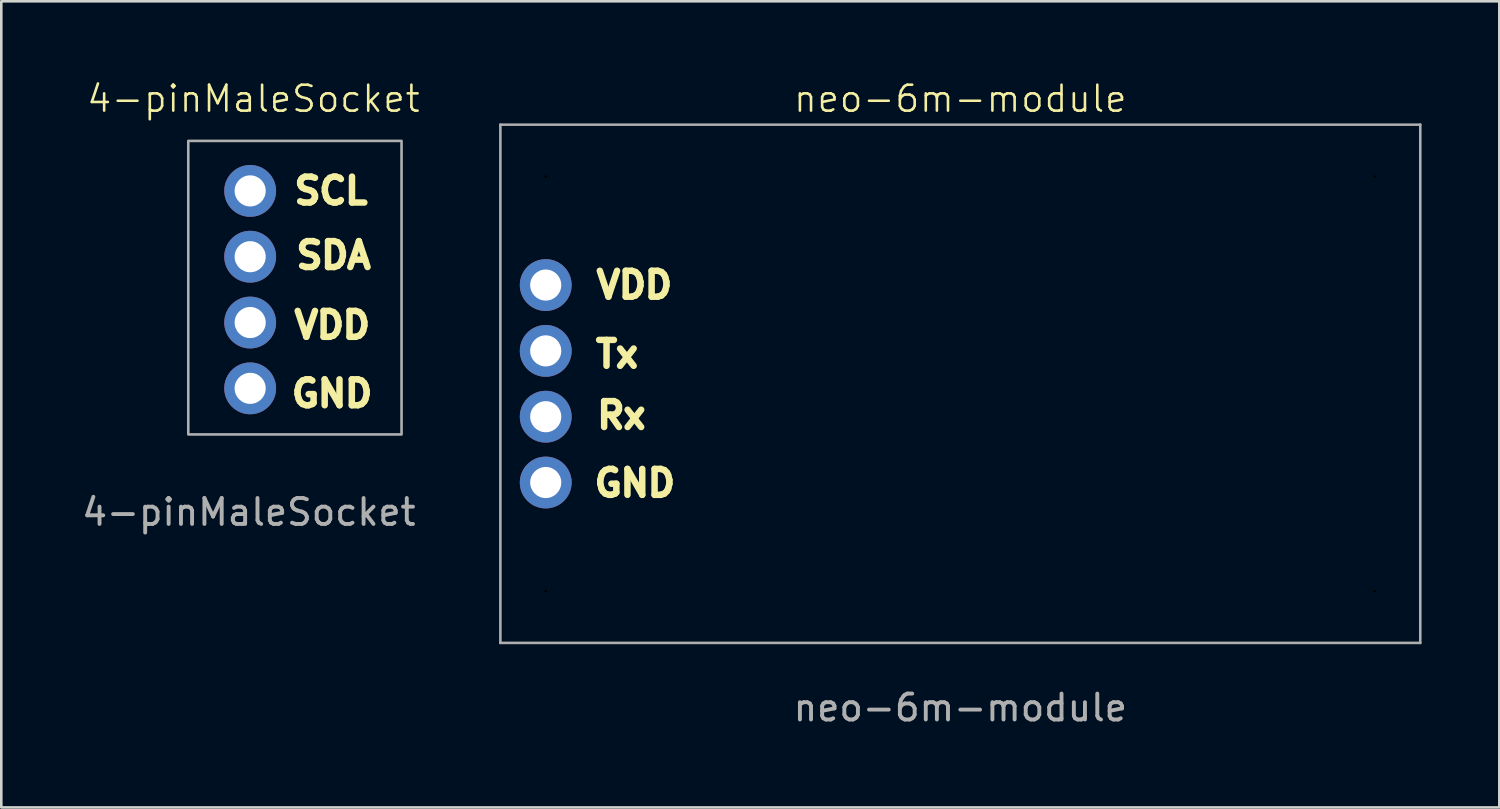
<source format=kicad_pcb>
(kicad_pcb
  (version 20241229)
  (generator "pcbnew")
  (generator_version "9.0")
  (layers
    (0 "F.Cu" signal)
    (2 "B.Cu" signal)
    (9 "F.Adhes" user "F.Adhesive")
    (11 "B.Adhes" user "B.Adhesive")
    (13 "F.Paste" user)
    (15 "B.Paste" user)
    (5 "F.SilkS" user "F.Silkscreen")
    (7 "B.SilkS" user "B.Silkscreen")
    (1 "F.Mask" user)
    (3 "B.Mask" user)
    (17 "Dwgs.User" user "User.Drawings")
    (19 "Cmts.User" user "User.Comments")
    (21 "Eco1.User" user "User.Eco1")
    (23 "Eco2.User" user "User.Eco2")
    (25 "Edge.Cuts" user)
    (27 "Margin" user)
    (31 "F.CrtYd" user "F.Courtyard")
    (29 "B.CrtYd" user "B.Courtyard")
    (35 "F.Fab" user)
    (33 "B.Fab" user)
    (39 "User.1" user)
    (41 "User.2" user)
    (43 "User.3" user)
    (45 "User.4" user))
  (footprint "4-pinMaleSocket"
    (layer "F.Cu")
    (at 6.604 8.127)
    (property "Reference" "4-pinMaleSocket" (at 0.127 -7.366 0) (unlocked yes) (layer "F.SilkS") (effects (font (size 1 1) (thickness 0.1))))
    (attr through_hole)
    (fp_rect (start -2.388 -5.74) (end 5.842 5.588) (stroke (width 0.1) (type default)) (fill no) (layer "F.Fab"))
    (fp_text user "VDD" (at 1.575 1.956 0) (unlocked yes) (layer "F.SilkS") (effects (font (size 1 1) (thickness 0.25) (bold yes)) (justify left bottom)))
    (fp_text user "GND" (at 1.473 4.597 0) (unlocked yes) (layer "F.SilkS") (effects (font (size 1 1) (thickness 0.25) (bold yes)) (justify left bottom)))
    (fp_text user "SDA" (at 1.651 -0.737 0) (unlocked yes) (layer "F.SilkS") (effects (font (size 1 1) (thickness 0.25) (bold yes)) (justify left bottom)))
    (fp_text user "SCL" (at 1.575 -3.226 0) (unlocked yes) (layer "F.SilkS") (effects (font (size 1 1) (thickness 0.25) (bold yes)) (justify left bottom)))
    (fp_text user "${REFERENCE}" (at -0.051 8.587 0) (unlocked yes) (layer "F.Fab") (effects (font (size 1 1) (thickness 0.15))))
    (pad "1" thru_hole circle (at 0 -3.81) (size 2 2) (drill 1.2) (layers "*.Cu" "*.Mask") (remove_unused_layers yes) (keep_end_layers yes) (zone_layer_connections))
    (pad "2" thru_hole circle (at 0 -1.27) (size 2 2) (drill 1.2) (layers "*.Cu" "*.Mask") (remove_unused_layers yes) (keep_end_layers yes) (zone_layer_connections))
    (pad "3" thru_hole circle (at 0 1.27) (size 2 2) (drill 1.2) (layers "*.Cu" "*.Mask") (remove_unused_layers yes) (keep_end_layers yes) (zone_layer_connections))
    (pad "4" thru_hole circle (at 0 3.81) (size 2 2) (drill 1.2) (layers "*.Cu" "*.Mask") (remove_unused_layers yes) (keep_end_layers yes) (zone_layer_connections)))
  (footprint "neo-6m-module"
    (layer "F.Cu")
    (at 34.01 11.761)
    (property "Reference" "neo-6m-module" (at 0 -11 0) (unlocked yes) (layer "F.SilkS") (effects (font (size 1 1) (thickness 0.1))))
    (attr through_hole)
    (fp_line (start -17.75 -10) (end -17.75 10) (stroke (width 0.1) (type default)) (layer "F.Fab"))
    (fp_line (start -17.75 10) (end 17.75 10) (stroke (width 0.1) (type default)) (layer "F.Fab"))
    (fp_line (start 17.75 -10) (end -17.75 -10) (stroke (width 0.1) (type default)) (layer "F.Fab"))
    (fp_line (start 17.75 10) (end 17.75 -10) (stroke (width 0.1) (type default)) (layer "F.Fab"))
    (fp_text user "VDD" (at -14.173 -3.226 0) (unlocked yes) (layer "F.SilkS") (effects (font (size 1 1) (thickness 0.25) (bold yes)) (justify left bottom)))
    (fp_text user "Rx" (at -14.148 1.803 0) (unlocked yes) (layer "F.SilkS") (effects (font (size 1 1) (thickness 0.25) (bold yes)) (justify left bottom)))
    (fp_text user "Tx" (at -14.199 -0.559 0) (unlocked yes) (layer "F.SilkS") (effects (font (size 1 1) (thickness 0.25) (bold yes)) (justify left bottom)))
    (fp_text user "GND" (at -14.249 4.42 0) (unlocked yes) (layer "F.SilkS") (effects (font (size 1 1) (thickness 0.25) (bold yes)) (justify left bottom)))
    (fp_text user "${REFERENCE}" (at 0 12.5 0) (unlocked yes) (layer "F.Fab") (effects (font (size 1 1) (thickness 0.15))))
    (pad "" np_thru_hole circle (at -16 -8) (size 0.1 0.1) (drill 3) (layers "*.Mask"))
    (pad "" np_thru_hole circle (at -16 8) (size 0.1 0.1) (drill 3) (layers "*.Mask"))
    (pad "" np_thru_hole circle (at 16 -8) (size 0.1 0.1) (drill 3) (layers "*.Mask"))
    (pad "" np_thru_hole circle (at 16 8) (size 0.1 0.1) (drill 3) (layers "*.Mask"))
    (pad "1" thru_hole circle (at -16 -3.81) (size 2 2) (drill 1.2) (layers "*.Cu" "*.Mask") (remove_unused_layers yes) (keep_end_layers yes) (zone_layer_connections))
    (pad "2" thru_hole circle (at -16 -1.27) (size 2 2) (drill 1.2) (layers "*.Cu" "*.Mask") (remove_unused_layers yes) (keep_end_layers yes) (zone_layer_connections))
    (pad "3" thru_hole circle (at -16 1.27) (size 2 2) (drill 1.2) (layers "*.Cu" "*.Mask") (remove_unused_layers yes) (keep_end_layers yes) (zone_layer_connections))
    (pad "4" thru_hole circle (at -16 3.81) (size 2 2) (drill 1.2) (layers "*.Cu" "*.Mask") (remove_unused_layers yes) (keep_end_layers yes) (zone_layer_connections)))
  (gr_rect
    (start -3 -3)
    (end 54.81 28.109)
    (stroke (width 0.1) (type default))
    (fill no)
    (layer "Edge.Cuts")))
</source>
